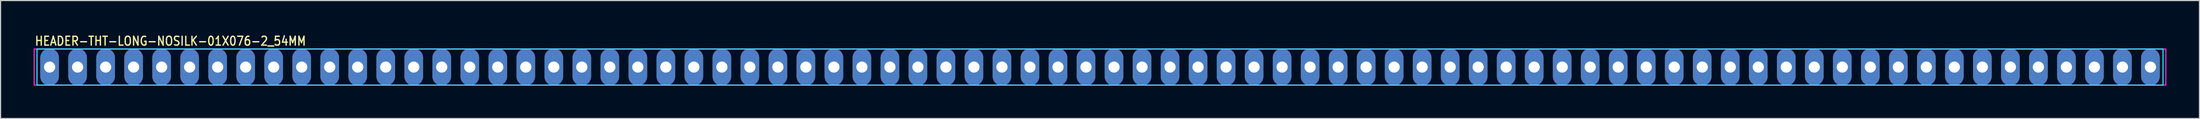
<source format=kicad_pcb>
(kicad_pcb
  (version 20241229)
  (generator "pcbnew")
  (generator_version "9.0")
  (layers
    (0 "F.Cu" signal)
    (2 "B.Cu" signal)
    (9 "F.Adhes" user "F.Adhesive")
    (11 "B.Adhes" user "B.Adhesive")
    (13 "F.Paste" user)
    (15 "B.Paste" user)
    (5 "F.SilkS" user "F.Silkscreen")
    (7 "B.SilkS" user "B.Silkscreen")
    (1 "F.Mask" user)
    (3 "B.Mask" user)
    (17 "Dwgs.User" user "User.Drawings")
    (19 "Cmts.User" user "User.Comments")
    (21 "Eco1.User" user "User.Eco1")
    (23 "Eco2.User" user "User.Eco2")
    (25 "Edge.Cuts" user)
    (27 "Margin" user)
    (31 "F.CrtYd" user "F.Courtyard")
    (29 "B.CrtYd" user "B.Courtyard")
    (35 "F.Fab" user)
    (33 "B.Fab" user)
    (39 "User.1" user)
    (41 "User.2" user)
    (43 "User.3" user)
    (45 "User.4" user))
  (footprint "HEADER-THT-LONG-NOSILK-01X076-2_54MM"
    (layer "F.Cu")
    (at 1.447 3.079)
    (property "Reference" "HEADER-THT-LONG-NOSILK-01X076-2_54MM" (at -1.4 -1.9 0) (unlocked yes) (layer "F.SilkS") (effects (font (size 0.813 0.695) (thickness 0.122)) (justify left bottom)))
    (fp_poly (pts (xy -1.143 -1.651) (xy 191.643 -1.651) (xy 191.643 1.651) (xy -1.143 1.651)) (stroke (width 0.1) (type solid)) (fill no) (layer "B.CrtYd"))
    (fp_poly (pts (xy -1.397 -1.651) (xy 191.897 -1.651) (xy 191.897 1.651) (xy -1.397 1.651)) (stroke (width 0.1) (type solid)) (fill no) (layer "F.CrtYd"))
    (pad "P$1" thru_hole oval (at 0 0 90) (size 3.387 1.693) (drill 1.016) (layers "*.Cu" "*.Mask"))
    (pad "P$2" thru_hole oval (at 2.54 0 90) (size 3.387 1.693) (drill 1.016) (layers "*.Cu" "*.Mask"))
    (pad "P$3" thru_hole oval (at 5.08 0 90) (size 3.387 1.693) (drill 1.016) (layers "*.Cu" "*.Mask"))
    (pad "P$4" thru_hole oval (at 7.62 0 90) (size 3.387 1.693) (drill 1.016) (layers "*.Cu" "*.Mask"))
    (pad "P$5" thru_hole oval (at 10.16 0 90) (size 3.387 1.693) (drill 1.016) (layers "*.Cu" "*.Mask"))
    (pad "P$6" thru_hole oval (at 12.7 0 90) (size 3.387 1.693) (drill 1.016) (layers "*.Cu" "*.Mask"))
    (pad "P$7" thru_hole oval (at 15.24 0 90) (size 3.387 1.693) (drill 1.016) (layers "*.Cu" "*.Mask"))
    (pad "P$8" thru_hole oval (at 17.78 0 90) (size 3.387 1.693) (drill 1.016) (layers "*.Cu" "*.Mask"))
    (pad "P$9" thru_hole oval (at 20.32 0 90) (size 3.387 1.693) (drill 1.016) (layers "*.Cu" "*.Mask"))
    (pad "P$10" thru_hole oval (at 22.86 0 90) (size 3.387 1.693) (drill 1.016) (layers "*.Cu" "*.Mask"))
    (pad "P$11" thru_hole oval (at 25.4 0 90) (size 3.387 1.693) (drill 1.016) (layers "*.Cu" "*.Mask"))
    (pad "P$12" thru_hole oval (at 27.94 0 90) (size 3.387 1.693) (drill 1.016) (layers "*.Cu" "*.Mask"))
    (pad "P$13" thru_hole oval (at 30.48 0 90) (size 3.387 1.693) (drill 1.016) (layers "*.Cu" "*.Mask"))
    (pad "P$14" thru_hole oval (at 33.02 0 90) (size 3.387 1.693) (drill 1.016) (layers "*.Cu" "*.Mask"))
    (pad "P$15" thru_hole oval (at 35.56 0 90) (size 3.387 1.693) (drill 1.016) (layers "*.Cu" "*.Mask"))
    (pad "P$16" thru_hole oval (at 38.1 0 90) (size 3.387 1.693) (drill 1.016) (layers "*.Cu" "*.Mask"))
    (pad "P$17" thru_hole oval (at 40.64 0 90) (size 3.387 1.693) (drill 1.016) (layers "*.Cu" "*.Mask"))
    (pad "P$18" thru_hole oval (at 43.18 0 90) (size 3.387 1.693) (drill 1.016) (layers "*.Cu" "*.Mask"))
    (pad "P$19" thru_hole oval (at 45.72 0 90) (size 3.387 1.693) (drill 1.016) (layers "*.Cu" "*.Mask"))
    (pad "P$20" thru_hole oval (at 48.26 0 90) (size 3.387 1.693) (drill 1.016) (layers "*.Cu" "*.Mask"))
    (pad "P$21" thru_hole oval (at 50.8 0 90) (size 3.387 1.693) (drill 1.016) (layers "*.Cu" "*.Mask"))
    (pad "P$22" thru_hole oval (at 53.34 0 90) (size 3.387 1.693) (drill 1.016) (layers "*.Cu" "*.Mask"))
    (pad "P$23" thru_hole oval (at 55.88 0 90) (size 3.387 1.693) (drill 1.016) (layers "*.Cu" "*.Mask"))
    (pad "P$24" thru_hole oval (at 58.42 0 90) (size 3.387 1.693) (drill 1.016) (layers "*.Cu" "*.Mask"))
    (pad "P$25" thru_hole oval (at 60.96 0 90) (size 3.387 1.693) (drill 1.016) (layers "*.Cu" "*.Mask"))
    (pad "P$26" thru_hole oval (at 63.5 0 90) (size 3.387 1.693) (drill 1.016) (layers "*.Cu" "*.Mask"))
    (pad "P$27" thru_hole oval (at 66.04 0 90) (size 3.387 1.693) (drill 1.016) (layers "*.Cu" "*.Mask"))
    (pad "P$28" thru_hole oval (at 68.58 0 90) (size 3.387 1.693) (drill 1.016) (layers "*.Cu" "*.Mask"))
    (pad "P$29" thru_hole oval (at 71.12 0 90) (size 3.387 1.693) (drill 1.016) (layers "*.Cu" "*.Mask"))
    (pad "P$30" thru_hole oval (at 73.66 0 90) (size 3.387 1.693) (drill 1.016) (layers "*.Cu" "*.Mask"))
    (pad "P$31" thru_hole oval (at 76.2 0 90) (size 3.387 1.693) (drill 1.016) (layers "*.Cu" "*.Mask"))
    (pad "P$32" thru_hole oval (at 78.74 0 90) (size 3.387 1.693) (drill 1.016) (layers "*.Cu" "*.Mask"))
    (pad "P$33" thru_hole oval (at 81.28 0 90) (size 3.387 1.693) (drill 1.016) (layers "*.Cu" "*.Mask"))
    (pad "P$34" thru_hole oval (at 83.82 0 90) (size 3.387 1.693) (drill 1.016) (layers "*.Cu" "*.Mask"))
    (pad "P$35" thru_hole oval (at 86.36 0 90) (size 3.387 1.693) (drill 1.016) (layers "*.Cu" "*.Mask"))
    (pad "P$36" thru_hole oval (at 88.9 0 90) (size 3.387 1.693) (drill 1.016) (layers "*.Cu" "*.Mask"))
    (pad "P$37" thru_hole oval (at 91.44 0 90) (size 3.387 1.693) (drill 1.016) (layers "*.Cu" "*.Mask"))
    (pad "P$38" thru_hole oval (at 93.98 0 90) (size 3.387 1.693) (drill 1.016) (layers "*.Cu" "*.Mask"))
    (pad "P$39" thru_hole oval (at 96.52 0 90) (size 3.387 1.693) (drill 1.016) (layers "*.Cu" "*.Mask"))
    (pad "P$40" thru_hole oval (at 99.06 0 90) (size 3.387 1.693) (drill 1.016) (layers "*.Cu" "*.Mask"))
    (pad "P$41" thru_hole oval (at 101.6 0 90) (size 3.387 1.693) (drill 1.016) (layers "*.Cu" "*.Mask"))
    (pad "P$42" thru_hole oval (at 104.14 0 90) (size 3.387 1.693) (drill 1.016) (layers "*.Cu" "*.Mask"))
    (pad "P$43" thru_hole oval (at 106.68 0 90) (size 3.387 1.693) (drill 1.016) (layers "*.Cu" "*.Mask"))
    (pad "P$44" thru_hole oval (at 109.22 0 90) (size 3.387 1.693) (drill 1.016) (layers "*.Cu" "*.Mask"))
    (pad "P$45" thru_hole oval (at 111.76 0 90) (size 3.387 1.693) (drill 1.016) (layers "*.Cu" "*.Mask"))
    (pad "P$46" thru_hole oval (at 114.3 0 90) (size 3.387 1.693) (drill 1.016) (layers "*.Cu" "*.Mask"))
    (pad "P$47" thru_hole oval (at 116.84 0 90) (size 3.387 1.693) (drill 1.016) (layers "*.Cu" "*.Mask"))
    (pad "P$48" thru_hole oval (at 119.38 0 90) (size 3.387 1.693) (drill 1.016) (layers "*.Cu" "*.Mask"))
    (pad "P$49" thru_hole oval (at 121.92 0 90) (size 3.387 1.693) (drill 1.016) (layers "*.Cu" "*.Mask"))
    (pad "P$50" thru_hole oval (at 124.46 0 90) (size 3.387 1.693) (drill 1.016) (layers "*.Cu" "*.Mask"))
    (pad "P$51" thru_hole oval (at 127 0 90) (size 3.387 1.693) (drill 1.016) (layers "*.Cu" "*.Mask"))
    (pad "P$52" thru_hole oval (at 129.54 0 90) (size 3.387 1.693) (drill 1.016) (layers "*.Cu" "*.Mask"))
    (pad "P$53" thru_hole oval (at 132.08 0 90) (size 3.387 1.693) (drill 1.016) (layers "*.Cu" "*.Mask"))
    (pad "P$54" thru_hole oval (at 134.62 0 90) (size 3.387 1.693) (drill 1.016) (layers "*.Cu" "*.Mask"))
    (pad "P$55" thru_hole oval (at 137.16 0 90) (size 3.387 1.693) (drill 1.016) (layers "*.Cu" "*.Mask"))
    (pad "P$56" thru_hole oval (at 139.7 0 90) (size 3.387 1.693) (drill 1.016) (layers "*.Cu" "*.Mask"))
    (pad "P$57" thru_hole oval (at 142.24 0 90) (size 3.387 1.693) (drill 1.016) (layers "*.Cu" "*.Mask"))
    (pad "P$58" thru_hole oval (at 144.78 0 90) (size 3.387 1.693) (drill 1.016) (layers "*.Cu" "*.Mask"))
    (pad "P$59" thru_hole oval (at 147.32 0 90) (size 3.387 1.693) (drill 1.016) (layers "*.Cu" "*.Mask"))
    (pad "P$60" thru_hole oval (at 149.86 0 90) (size 3.387 1.693) (drill 1.016) (layers "*.Cu" "*.Mask"))
    (pad "P$61" thru_hole oval (at 152.4 0 90) (size 3.387 1.693) (drill 1.016) (layers "*.Cu" "*.Mask"))
    (pad "P$62" thru_hole oval (at 154.94 0 90) (size 3.387 1.693) (drill 1.016) (layers "*.Cu" "*.Mask"))
    (pad "P$63" thru_hole oval (at 157.48 0 90) (size 3.387 1.693) (drill 1.016) (layers "*.Cu" "*.Mask"))
    (pad "P$64" thru_hole oval (at 160.02 0 90) (size 3.387 1.693) (drill 1.016) (layers "*.Cu" "*.Mask"))
    (pad "P$65" thru_hole oval (at 162.56 0 90) (size 3.387 1.693) (drill 1.016) (layers "*.Cu" "*.Mask"))
    (pad "P$66" thru_hole oval (at 165.1 0 90) (size 3.387 1.693) (drill 1.016) (layers "*.Cu" "*.Mask"))
    (pad "P$67" thru_hole oval (at 167.64 0 90) (size 3.387 1.693) (drill 1.016) (layers "*.Cu" "*.Mask"))
    (pad "P$68" thru_hole oval (at 170.18 0 90) (size 3.387 1.693) (drill 1.016) (layers "*.Cu" "*.Mask"))
    (pad "P$69" thru_hole oval (at 172.72 0 90) (size 3.387 1.693) (drill 1.016) (layers "*.Cu" "*.Mask"))
    (pad "P$70" thru_hole oval (at 175.26 0 90) (size 3.387 1.693) (drill 1.016) (layers "*.Cu" "*.Mask"))
    (pad "P$71" thru_hole oval (at 177.8 0 90) (size 3.387 1.693) (drill 1.016) (layers "*.Cu" "*.Mask"))
    (pad "P$72" thru_hole oval (at 180.34 0 90) (size 3.387 1.693) (drill 1.016) (layers "*.Cu" "*.Mask"))
    (pad "P$73" thru_hole oval (at 182.88 0 90) (size 3.387 1.693) (drill 1.016) (layers "*.Cu" "*.Mask"))
    (pad "P$74" thru_hole oval (at 185.42 0 90) (size 3.387 1.693) (drill 1.016) (layers "*.Cu" "*.Mask"))
    (pad "P$75" thru_hole oval (at 187.96 0 90) (size 3.387 1.693) (drill 1.016) (layers "*.Cu" "*.Mask"))
    (pad "P$76" thru_hole oval (at 190.5 0 90) (size 3.387 1.693) (drill 1.016) (layers "*.Cu" "*.Mask")))
  (gr_rect
    (start -3 -3)
    (end 196.394 7.78)
    (stroke (width 0.1) (type default))
    (fill no)
    (layer "Edge.Cuts")))
</source>
